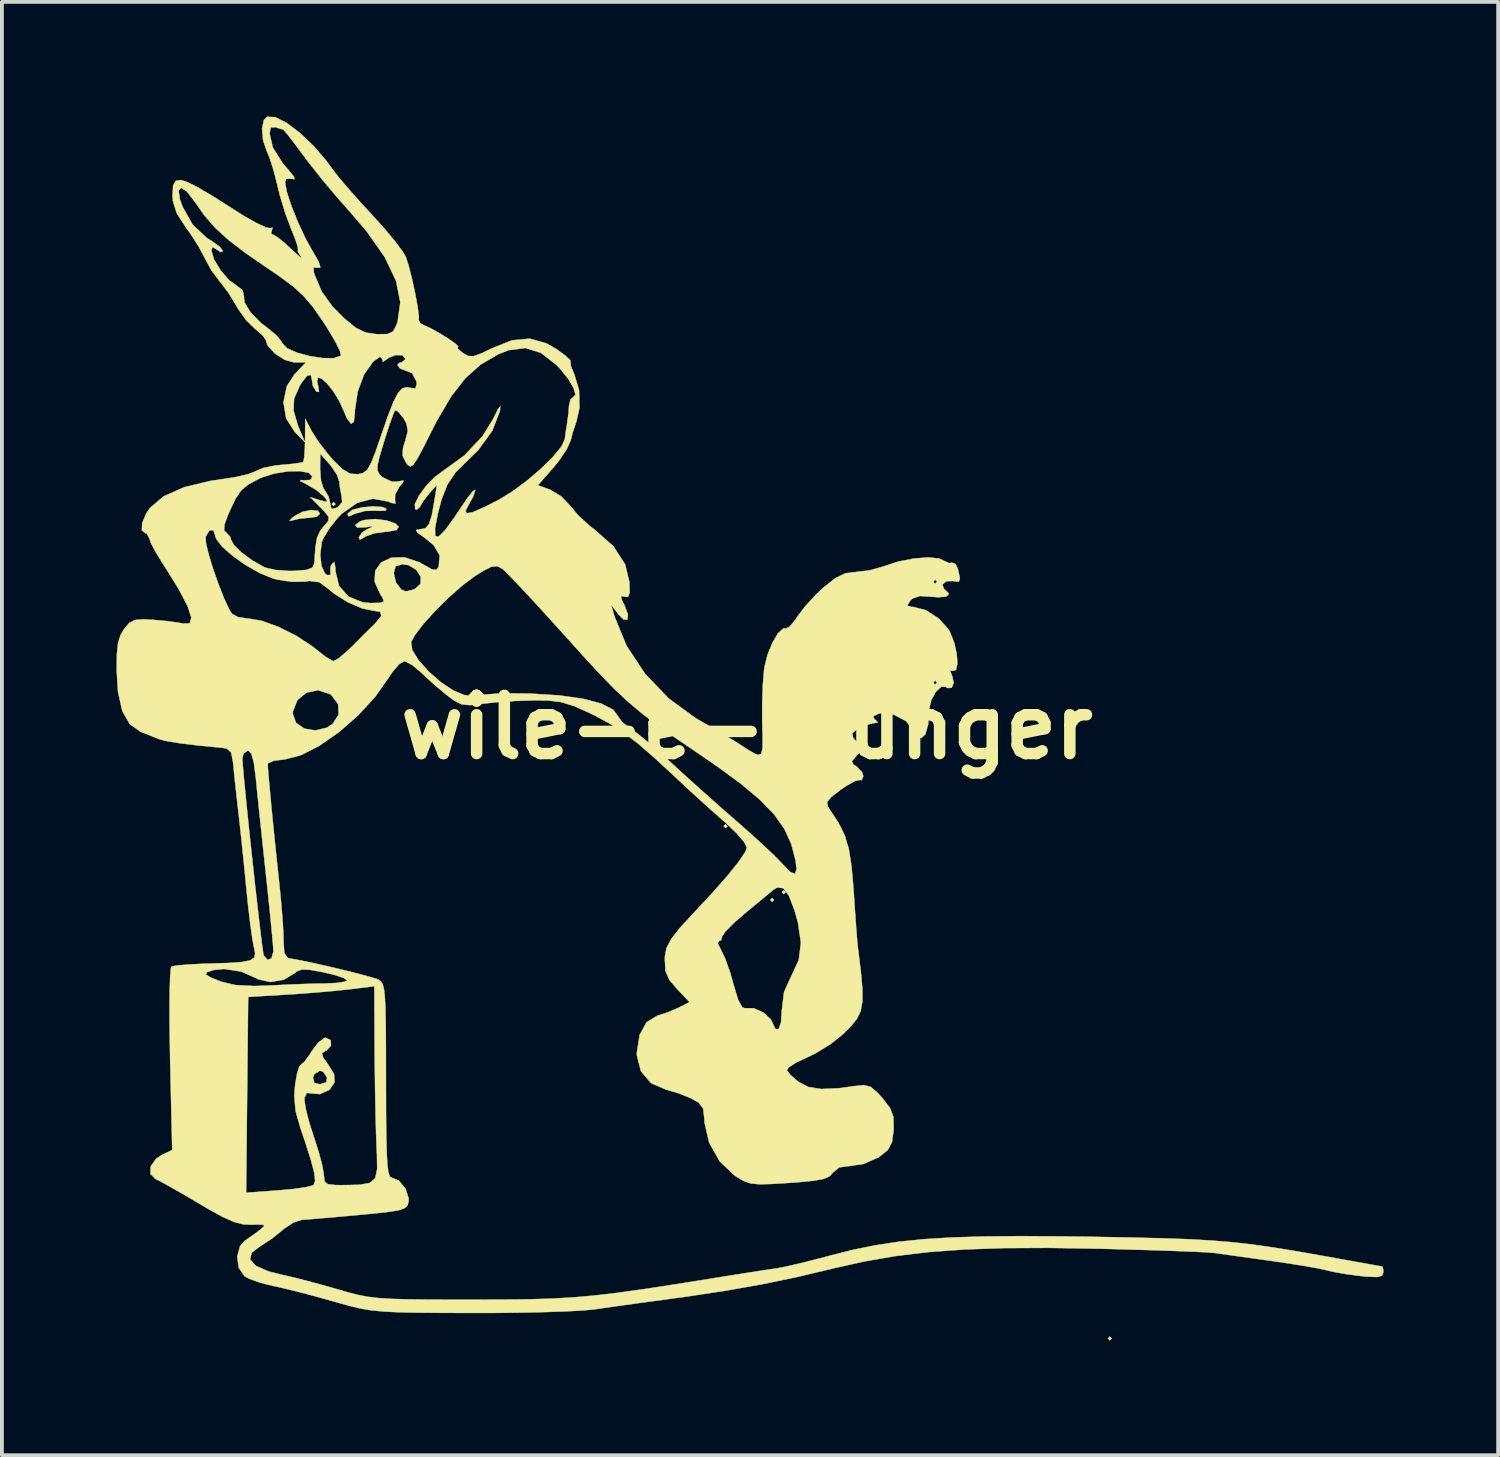
<source format=kicad_pcb>
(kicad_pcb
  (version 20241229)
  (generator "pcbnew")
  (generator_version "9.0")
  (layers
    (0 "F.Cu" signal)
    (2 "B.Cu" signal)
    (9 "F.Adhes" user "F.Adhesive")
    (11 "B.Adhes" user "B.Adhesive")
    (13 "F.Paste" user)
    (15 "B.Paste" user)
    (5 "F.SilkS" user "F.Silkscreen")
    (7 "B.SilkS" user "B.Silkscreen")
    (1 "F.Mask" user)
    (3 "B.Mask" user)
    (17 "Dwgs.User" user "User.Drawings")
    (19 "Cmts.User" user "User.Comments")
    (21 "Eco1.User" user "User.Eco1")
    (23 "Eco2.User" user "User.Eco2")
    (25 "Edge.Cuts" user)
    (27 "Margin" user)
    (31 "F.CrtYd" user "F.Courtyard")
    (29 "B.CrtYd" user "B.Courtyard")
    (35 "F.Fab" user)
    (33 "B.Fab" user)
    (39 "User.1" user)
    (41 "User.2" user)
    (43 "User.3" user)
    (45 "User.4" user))
  (footprint "wile-e-plunger"
    (layer "F.Cu")
    (at 16.503 15.988)
    (property "Reference" "wile-e-plunger" (at 0 0 0) (layer "F.SilkS") (effects (font (size 1.524 1.524) (thickness 0.3))))
    (attr through_hole)
    (fp_poly (pts (xy -10.77 -5.842) (xy -10.82 -5.791) (xy -10.871 -5.842) (xy -10.82 -5.893) (xy -10.77 -5.842)) (stroke (width 0.01) (type solid)) (fill yes) (layer "F.SilkS"))
    (fp_poly (pts (xy -0.508 2.591) (xy -0.559 2.642) (xy -0.61 2.591) (xy -0.559 2.54) (xy -0.508 2.591)) (stroke (width 0.01) (type solid)) (fill yes) (layer "F.SilkS"))
    (fp_poly (pts (xy 0.711 4.521) (xy 0.66 4.572) (xy 0.61 4.521) (xy 0.66 4.47) (xy 0.711 4.521)) (stroke (width 0.01) (type solid)) (fill yes) (layer "F.SilkS"))
    (fp_poly (pts (xy 1.016 4.318) (xy 0.965 4.369) (xy 0.914 4.318) (xy 0.965 4.267) (xy 1.016 4.318)) (stroke (width 0.01) (type solid)) (fill yes) (layer "F.SilkS"))
    (fp_poly (pts (xy 9.55 16.002) (xy 9.5 16.053) (xy 9.449 16.002) (xy 9.5 15.951) (xy 9.55 16.002)) (stroke (width 0.01) (type solid)) (fill yes) (layer "F.SilkS"))
    (fp_poly (pts (xy -11.229 -5.663) (xy -11.176 -5.588) (xy -11.263 -5.511) (xy -11.422 -5.486) (xy -11.699 -5.462) (xy -11.853 -5.427) (xy -11.974 -5.397) (xy -11.938 -5.449) (xy -11.842 -5.529) (xy -11.635 -5.64) (xy -11.406 -5.686) (xy -11.229 -5.663)) (stroke (width 0.01) (type solid)) (fill yes) (layer "F.SilkS"))
    (fp_poly (pts (xy -9.549 -5.765) (xy -9.435 -5.717) (xy -9.461 -5.668) (xy -9.64 -5.664) (xy -9.691 -5.669) (xy -10.001 -5.662) (xy -10.262 -5.588) (xy -10.262 -5.588) (xy -10.423 -5.518) (xy -10.454 -5.565) (xy -10.443 -5.604) (xy -10.323 -5.692) (xy -10.08 -5.754) (xy -9.796 -5.782) (xy -9.549 -5.765)) (stroke (width 0.01) (type solid)) (fill yes) (layer "F.SilkS"))
    (fp_poly (pts (xy -9.437 -5.414) (xy -9.202 -5.332) (xy -9.113 -5.246) (xy -9.172 -5.163) (xy -9.408 -5.118) (xy -9.465 -5.115) (xy -9.762 -5.075) (xy -9.985 -4.994) (xy -10.011 -4.976) (xy -10.133 -4.907) (xy -10.16 -4.969) (xy -10.077 -5.096) (xy -9.931 -5.187) (xy -9.79 -5.254) (xy -9.828 -5.261) (xy -9.982 -5.233) (xy -10.202 -5.227) (xy -10.252 -5.296) (xy -10.124 -5.39) (xy -10.018 -5.424) (xy -9.735 -5.45) (xy -9.437 -5.414)) (stroke (width 0.01) (type solid)) (fill yes) (layer "F.SilkS"))
    (fp_poly (pts (xy -12.341 -15.968) (xy -12.04 -15.815) (xy -11.691 -15.55) (xy -11.328 -15.202) (xy -10.986 -14.798) (xy -10.865 -14.63) (xy -10.695 -14.409) (xy -10.424 -14.089) (xy -10.094 -13.718) (xy -9.826 -13.428) (xy -9.496 -13.062) (xy -9.213 -12.723) (xy -9.011 -12.453) (xy -8.928 -12.311) (xy -8.847 -12.054) (xy -8.761 -11.712) (xy -8.681 -11.342) (xy -8.619 -11.003) (xy -8.587 -10.754) (xy -8.592 -10.657) (xy -8.548 -10.573) (xy -8.457 -10.526) (xy -8.267 -10.439) (xy -8.03 -10.306) (xy -7.798 -10.161) (xy -7.623 -10.036) (xy -7.555 -9.965) (xy -7.566 -9.958) (xy -7.57 -9.91) (xy -7.443 -9.801) (xy -7.302 -9.721) (xy -7.158 -9.713) (xy -6.95 -9.787) (xy -6.685 -9.916) (xy -6.15 -10.129) (xy -5.685 -10.173) (xy -5.245 -10.048) (xy -4.995 -9.905) (xy -4.761 -9.736) (xy -4.629 -9.611) (xy -4.617 -9.573) (xy -4.609 -9.46) (xy -4.524 -9.251) (xy -4.517 -9.238) (xy -4.394 -8.827) (xy -4.382 -8.361) (xy -4.463 -8.006) (xy -4.561 -7.713) (xy -4.613 -7.51) (xy -4.71 -7.291) (xy -4.901 -7.001) (xy -5.071 -6.791) (xy -5.472 -6.335) (xy -5.149 -6.217) (xy -4.865 -6.047) (xy -4.628 -5.8) (xy -4.623 -5.793) (xy -4.415 -5.546) (xy -4.125 -5.28) (xy -3.993 -5.179) (xy -3.491 -4.734) (xy -3.186 -4.26) (xy -3.074 -3.789) (xy -3.069 -3.52) (xy -3.112 -3.411) (xy -3.199 -3.417) (xy -3.293 -3.436) (xy -3.283 -3.352) (xy -3.205 -3.193) (xy -3.113 -2.947) (xy -3.129 -2.813) (xy -3.231 -2.823) (xy -3.365 -2.958) (xy -3.551 -3.2) (xy -3.465 -2.896) (xy -3.149 -2.129) (xy -2.666 -1.401) (xy -2.05 -0.755) (xy -1.336 -0.234) (xy -1.274 -0.198) (xy -0.89 0.024) (xy -0.535 0.233) (xy -0.278 0.39) (xy -0.254 0.406) (xy 0.066 0.614) (xy 0.266 0.722) (xy 0.371 0.707) (xy 0.411 0.548) (xy 0.41 0.223) (xy 0.401 -0.119) (xy 0.4 -0.611) (xy 0.416 -1.092) (xy 0.422 -1.168) (xy 4.877 -1.168) (xy 4.928 -1.118) (xy 4.978 -1.168) (xy 4.928 -1.219) (xy 4.877 -1.168) (xy 0.422 -1.168) (xy 0.447 -1.48) (xy 0.459 -1.575) (xy 0.543 -1.908) (xy 0.672 -2.22) (xy 0.818 -2.463) (xy 0.956 -2.588) (xy 1.023 -2.586) (xy 1.119 -2.634) (xy 1.264 -2.809) (xy 1.319 -2.892) (xy 1.521 -3.16) (xy 1.806 -3.47) (xy 2.002 -3.655) (xy 2.199 -3.81) (xy 4.877 -3.81) (xy 4.928 -3.759) (xy 4.978 -3.81) (xy 4.928 -3.861) (xy 4.877 -3.81) (xy 2.199 -3.81) (xy 2.32 -3.906) (xy 2.581 -4.031) (xy 2.847 -4.064) (xy 3.216 -4.107) (xy 3.574 -4.209) (xy 3.577 -4.211) (xy 3.961 -4.336) (xy 4.372 -4.417) (xy 4.75 -4.446) (xy 5.032 -4.417) (xy 5.126 -4.373) (xy 5.293 -4.296) (xy 5.369 -4.308) (xy 5.463 -4.272) (xy 5.524 -4.139) (xy 5.577 -3.902) (xy 5.549 -3.811) (xy 5.42 -3.822) (xy 5.396 -3.828) (xy 5.219 -3.822) (xy 5.12 -3.736) (xy 5.155 -3.626) (xy 5.18 -3.608) (xy 5.291 -3.495) (xy 5.224 -3.421) (xy 5.005 -3.402) (xy 4.847 -3.416) (xy 4.528 -3.435) (xy 4.337 -3.371) (xy 4.276 -3.313) (xy 4.199 -3.187) (xy 4.292 -3.151) (xy 4.348 -3.15) (xy 4.683 -3.066) (xy 5.02 -2.85) (xy 5.281 -2.557) (xy 5.317 -2.494) (xy 5.428 -2.212) (xy 5.493 -1.919) (xy 5.51 -1.664) (xy 5.474 -1.499) (xy 5.383 -1.475) (xy 5.375 -1.479) (xy 5.314 -1.486) (xy 5.372 -1.346) (xy 5.375 -1.339) (xy 5.415 -1.158) (xy 5.36 -1.032) (xy 5.247 -1.026) (xy 5.208 -1.057) (xy 5.091 -1.063) (xy 4.951 -0.933) (xy 4.832 -0.723) (xy 4.775 -0.491) (xy 4.774 -0.467) (xy 4.745 -0.069) (xy 4.67 0.188) (xy 4.564 0.286) (xy 4.438 0.209) (xy 4.36 0.073) (xy 4.161 -0.163) (xy 3.857 -0.324) (xy 3.541 -0.371) (xy 3.443 -0.352) (xy 3.301 -0.283) (xy 3.344 -0.207) (xy 3.365 -0.194) (xy 3.431 -0.125) (xy 3.31 -0.103) (xy 3.296 -0.103) (xy 3.045 -0.043) (xy 2.891 0.042) (xy 2.758 0.161) (xy 2.78 0.271) (xy 2.869 0.378) (xy 2.986 0.533) (xy 2.957 0.65) (xy 2.868 0.748) (xy 2.75 0.888) (xy 2.781 0.971) (xy 2.87 1.027) (xy 3.018 1.179) (xy 3.048 1.281) (xy 3.004 1.387) (xy 2.962 1.381) (xy 2.838 1.406) (xy 2.615 1.528) (xy 2.449 1.641) (xy 2.205 1.83) (xy 2.101 1.954) (xy 2.112 2.065) (xy 2.18 2.171) (xy 2.403 2.508) (xy 2.561 2.828) (xy 2.668 3.186) (xy 2.739 3.634) (xy 2.791 4.226) (xy 2.797 4.318) (xy 2.83 4.813) (xy 2.861 5.248) (xy 2.886 5.574) (xy 2.902 5.74) (xy 2.98 6.369) (xy 3.023 6.835) (xy 3.024 7.176) (xy 2.979 7.43) (xy 2.879 7.637) (xy 2.72 7.833) (xy 2.533 8.021) (xy 2.193 8.294) (xy 1.78 8.547) (xy 1.569 8.647) (xy 1.279 8.785) (xy 1.09 8.909) (xy 1.046 8.98) (xy 1.145 9.106) (xy 1.338 9.274) (xy 1.353 9.285) (xy 1.611 9.418) (xy 1.95 9.471) (xy 2.411 9.45) (xy 2.801 9.396) (xy 3.063 9.369) (xy 3.244 9.417) (xy 3.426 9.574) (xy 3.543 9.703) (xy 3.748 9.969) (xy 3.836 10.204) (xy 3.843 10.512) (xy 3.841 10.547) (xy 3.798 10.863) (xy 3.691 11.065) (xy 3.472 11.244) (xy 3.465 11.249) (xy 3.057 11.433) (xy 2.732 11.481) (xy 2.416 11.523) (xy 2.248 11.661) (xy 2.243 11.669) (xy 2.163 11.759) (xy 2.012 11.824) (xy 1.75 11.872) (xy 1.34 11.912) (xy 1.11 11.929) (xy 0.639 11.958) (xy 0.318 11.965) (xy 0.096 11.942) (xy -0.078 11.882) (xy -0.257 11.778) (xy -0.325 11.734) (xy -0.713 11.365) (xy -0.988 10.877) (xy -1.112 10.341) (xy -1.115 10.248) (xy -1.144 9.985) (xy -1.266 9.825) (xy -1.465 9.713) (xy -1.791 9.582) (xy -2.105 9.49) (xy -2.118 9.487) (xy -2.511 9.316) (xy -2.775 9.004) (xy -2.881 8.59) (xy -2.881 8.52) (xy -2.808 8.052) (xy -2.626 7.721) (xy -2.348 7.553) (xy -2.344 7.552) (xy -2.056 7.458) (xy -1.792 7.343) (xy -1.501 7.196) (xy -1.809 6.875) (xy -2.03 6.615) (xy -2.131 6.384) (xy -2.149 6.081) (xy -2.146 5.99) (xy -2.103 5.775) (xy -2.038 5.654) (xy -0.766 5.654) (xy -0.675 5.833) (xy -0.567 6.06) (xy -0.444 6.405) (xy -0.348 6.741) (xy -0.231 7.131) (xy -0.124 7.331) (xy -0.058 7.355) (xy 0.176 7.355) (xy 0.436 7.47) (xy 0.627 7.649) (xy 0.659 7.716) (xy 0.749 7.902) (xy 0.832 7.901) (xy 0.892 7.732) (xy 0.914 7.415) (xy 0.972 6.931) (xy 1.167 6.505) (xy 1.168 6.502) (xy 1.359 6.09) (xy 1.414 5.64) (xy 1.335 5.106) (xy 1.248 4.798) (xy 1.1 4.411) (xy 0.953 4.215) (xy 0.793 4.195) (xy 0.691 4.258) (xy 0.553 4.372) (xy 0.306 4.576) (xy -0.001 4.83) (xy -0.074 4.89) (xy -0.36 5.142) (xy -0.565 5.351) (xy -0.653 5.482) (xy -0.652 5.5) (xy -0.675 5.581) (xy -0.717 5.588) (xy -0.766 5.654) (xy -2.038 5.654) (xy -1.977 5.538) (xy -1.743 5.241) (xy -1.422 4.892) (xy -0.926 4.361) (xy -0.521 3.902) (xy -0.223 3.532) (xy -0.045 3.269) (xy 0 3.149) (xy -0.073 3.005) (xy -0.265 2.78) (xy -0.538 2.518) (xy -0.58 2.481) (xy -0.93 2.173) (xy -1.351 1.792) (xy -1.767 1.407) (xy -1.881 1.3) (xy -2.409 0.811) (xy -2.838 0.438) (xy -3.211 0.151) (xy -3.568 -0.081) (xy -3.952 -0.29) (xy -4.112 -0.369) (xy -4.521 -0.553) (xy -4.852 -0.656) (xy -5.198 -0.699) (xy -5.585 -0.704) (xy -6.061 -0.688) (xy -6.548 -0.655) (xy -6.909 -0.616) (xy -7.244 -0.578) (xy -7.467 -0.599) (xy -7.667 -0.699) (xy -7.852 -0.838) (xy -8.162 -1.095) (xy -8.46 -1.366) (xy -8.53 -1.434) (xy -8.751 -1.62) (xy -8.938 -1.721) (xy -8.974 -1.727) (xy -9.11 -1.646) (xy -9.285 -1.439) (xy -9.379 -1.295) (xy -9.732 -0.795) (xy -10.177 -0.311) (xy -10.676 0.126) (xy -11.189 0.484) (xy -11.677 0.733) (xy -12.099 0.843) (xy -12.128 0.845) (xy -12.387 0.878) (xy -12.533 0.94) (xy -12.545 0.965) (xy -12.533 1.155) (xy -12.502 1.507) (xy -12.458 1.978) (xy -12.405 2.527) (xy -12.345 3.115) (xy -12.284 3.699) (xy -12.25 4.013) (xy -12.198 4.532) (xy -12.157 5.015) (xy -12.133 5.405) (xy -12.129 5.628) (xy -12.109 5.917) (xy -12.018 6.04) (xy -11.989 6.048) (xy -11.668 6.107) (xy -11.256 6.194) (xy -10.805 6.297) (xy -10.364 6.404) (xy -9.987 6.502) (xy -9.724 6.578) (xy -9.64 6.611) (xy -9.581 6.653) (xy -9.535 6.727) (xy -9.501 6.856) (xy -9.478 7.064) (xy -9.463 7.376) (xy -9.454 7.816) (xy -9.45 8.408) (xy -9.449 9.178) (xy -9.449 9.249) (xy -9.447 10.055) (xy -9.441 10.679) (xy -9.429 11.14) (xy -9.41 11.461) (xy -9.384 11.662) (xy -9.349 11.763) (xy -9.312 11.786) (xy -9.108 11.873) (xy -8.936 12.083) (xy -8.854 12.335) (xy -8.856 12.412) (xy -8.881 12.511) (xy -8.944 12.583) (xy -9.079 12.636) (xy -9.321 12.68) (xy -9.703 12.724) (xy -10.16 12.768) (xy -10.666 12.814) (xy -11.115 12.853) (xy -11.459 12.882) (xy -11.65 12.895) (xy -11.653 12.895) (xy -11.874 12.967) (xy -12.125 13.135) (xy -12.161 13.167) (xy -12.435 13.389) (xy -12.71 13.568) (xy -12.725 13.576) (xy -12.964 13.755) (xy -13.006 13.931) (xy -12.859 14.098) (xy -12.528 14.244) (xy -12.184 14.331) (xy -11.827 14.413) (xy -11.361 14.534) (xy -10.868 14.671) (xy -10.719 14.714) (xy -10.431 14.798) (xy -10.177 14.862) (xy -9.925 14.91) (xy -9.643 14.943) (xy -9.3 14.965) (xy -8.862 14.978) (xy -8.3 14.984) (xy -7.579 14.986) (xy -7.214 14.986) (xy -6.388 14.984) (xy -5.694 14.976) (xy -5.089 14.957) (xy -4.529 14.925) (xy -3.973 14.875) (xy -3.377 14.805) (xy -2.698 14.71) (xy -1.895 14.587) (xy -1.168 14.471) (xy -0.59 14.378) (xy -0.059 14.294) (xy 0.382 14.225) (xy 0.691 14.179) (xy 0.791 14.164) (xy 1.025 14.119) (xy 1.399 14.033) (xy 1.855 13.918) (xy 2.23 13.819) (xy 2.798 13.676) (xy 3.368 13.561) (xy 3.967 13.47) (xy 4.62 13.403) (xy 5.354 13.357) (xy 6.196 13.331) (xy 7.171 13.322) (xy 8.307 13.33) (xy 9.092 13.341) (xy 10.07 13.359) (xy 10.882 13.379) (xy 11.567 13.403) (xy 12.163 13.437) (xy 12.708 13.482) (xy 13.239 13.542) (xy 13.795 13.621) (xy 14.414 13.722) (xy 15.133 13.849) (xy 15.494 13.914) (xy 15.943 13.995) (xy 16.311 14.061) (xy 16.556 14.105) (xy 16.637 14.119) (xy 16.66 14.205) (xy 16.662 14.276) (xy 16.627 14.36) (xy 16.494 14.393) (xy 16.219 14.382) (xy 16.078 14.368) (xy 15.694 14.318) (xy 15.344 14.256) (xy 15.189 14.219) (xy 14.967 14.169) (xy 14.597 14.103) (xy 14.135 14.03) (xy 13.716 13.969) (xy 13.219 13.9) (xy 12.769 13.838) (xy 12.419 13.788) (xy 12.243 13.763) (xy 12.061 13.748) (xy 11.707 13.731) (xy 11.211 13.711) (xy 10.603 13.69) (xy 9.914 13.67) (xy 9.246 13.652) (xy 7.9 13.63) (xy 6.724 13.636) (xy 5.686 13.672) (xy 4.754 13.74) (xy 3.896 13.843) (xy 3.081 13.984) (xy 2.277 14.163) (xy 2.235 14.174) (xy 1.299 14.396) (xy 0.39 14.584) (xy -0.559 14.752) (xy -1.613 14.911) (xy -2.184 14.988) (xy -2.728 15.061) (xy -3.281 15.138) (xy -3.762 15.206) (xy -3.982 15.239) (xy -4.275 15.267) (xy -4.734 15.292) (xy -5.321 15.312) (xy -5.999 15.326) (xy -6.731 15.334) (xy -7.233 15.334) (xy -8.025 15.331) (xy -8.647 15.326) (xy -9.132 15.315) (xy -9.512 15.296) (xy -9.82 15.266) (xy -10.089 15.223) (xy -10.352 15.162) (xy -10.642 15.083) (xy -10.82 15.032) (xy -11.32 14.892) (xy -11.817 14.762) (xy -12.235 14.662) (xy -12.395 14.628) (xy -12.745 14.541) (xy -13.035 14.436) (xy -13.149 14.374) (xy -13.303 14.151) (xy -13.343 13.858) (xy -13.269 13.583) (xy -13.149 13.448) (xy -12.906 13.277) (xy -12.751 13.161) (xy -12.638 13.063) (xy -12.661 13.022) (xy -12.849 13.019) (xy -12.964 13.024) (xy -13.188 13.014) (xy -13.426 12.952) (xy -13.723 12.82) (xy -14.123 12.599) (xy -14.342 12.469) (xy -14.75 12.229) (xy -14.825 12.186) (xy -13.11 12.186) (xy -12.27 12.125) (xy -11.871 12.088) (xy -11.551 12.042) (xy -11.363 11.995) (xy -11.34 11.982) (xy -11.304 11.876) (xy -11.328 11.661) (xy -11.418 11.315) (xy -11.579 10.815) (xy -11.681 10.516) (xy -11.814 10.054) (xy -11.85 9.652) (xy -11.828 9.373) (xy -11.794 9.169) (xy -11.36 9.169) (xy -11.325 9.313) (xy -11.176 9.347) (xy -11.009 9.296) (xy -10.992 9.169) (xy -11.092 9.018) (xy -11.176 8.992) (xy -11.319 9.076) (xy -11.36 9.169) (xy -11.794 9.169) (xy -11.778 9.075) (xy -11.719 8.881) (xy -11.682 8.839) (xy -11.585 8.76) (xy -11.441 8.562) (xy -11.393 8.484) (xy -11.224 8.258) (xy -11.064 8.136) (xy -11.027 8.128) (xy -10.895 8.194) (xy -10.887 8.333) (xy -11.002 8.459) (xy -11.031 8.472) (xy -11.124 8.535) (xy -11.094 8.646) (xy -10.98 8.802) (xy -10.806 9.081) (xy -10.795 9.299) (xy -10.929 9.492) (xy -11.176 9.605) (xy -11.336 9.59) (xy -11.519 9.574) (xy -11.579 9.688) (xy -11.582 9.776) (xy -11.549 9.991) (xy -11.463 10.327) (xy -11.341 10.715) (xy -11.328 10.75) (xy -11.204 11.14) (xy -11.113 11.487) (xy -11.075 11.72) (xy -11.074 11.733) (xy -11.057 11.888) (xy -10.97 11.963) (xy -10.759 11.986) (xy -10.592 11.987) (xy -10.15 11.979) (xy -9.874 11.931) (xy -9.73 11.806) (xy -9.679 11.564) (xy -9.686 11.167) (xy -9.693 11.037) (xy -9.708 10.643) (xy -9.722 10.104) (xy -9.734 9.478) (xy -9.742 8.823) (xy -9.745 8.496) (xy -9.754 6.781) (xy -10.389 6.859) (xy -10.783 6.901) (xy -11.292 6.946) (xy -11.83 6.986) (xy -12.04 6.999) (xy -13.056 7.061) (xy -13.083 9.624) (xy -13.11 12.186) (xy -14.825 12.186) (xy -15.108 12.025) (xy -15.37 11.881) (xy -15.48 11.828) (xy -15.616 11.694) (xy -15.608 11.497) (xy -15.469 11.298) (xy -15.321 11.199) (xy -15.045 11.067) (xy -15.1 8.694) (xy -15.111 8.02) (xy -15.115 7.416) (xy -15.111 6.911) (xy -15.099 6.533) (xy -15.094 6.475) (xy -14.165 6.475) (xy -14.022 6.558) (xy -13.749 6.666) (xy -13.388 6.75) (xy -12.896 6.775) (xy -12.497 6.761) (xy -12.003 6.737) (xy -11.501 6.718) (xy -11.089 6.709) (xy -11.049 6.709) (xy -10.735 6.694) (xy -10.523 6.66) (xy -10.465 6.624) (xy -10.556 6.563) (xy -10.793 6.485) (xy -11.077 6.417) (xy -11.431 6.352) (xy -11.647 6.343) (xy -11.781 6.39) (xy -11.838 6.439) (xy -12.125 6.611) (xy -12.475 6.669) (xy -12.79 6.6) (xy -12.833 6.576) (xy -13.239 6.396) (xy -13.687 6.328) (xy -13.962 6.357) (xy -14.14 6.415) (xy -14.165 6.475) (xy -15.094 6.475) (xy -15.08 6.312) (xy -15.066 6.266) (xy -14.929 6.238) (xy -14.643 6.213) (xy -14.263 6.193) (xy -14.138 6.189) (xy -13.597 6.172) (xy -13.23 6.147) (xy -13.007 6.104) (xy -12.898 6.033) (xy -12.874 5.923) (xy -12.904 5.763) (xy -12.906 5.756) (xy -12.948 5.529) (xy -13.001 5.153) (xy -13.057 4.682) (xy -13.105 4.216) (xy -13.162 3.629) (xy -13.226 3.011) (xy -13.286 2.449) (xy -13.322 2.134) (xy -13.373 1.685) (xy -13.418 1.27) (xy -13.448 0.964) (xy -13.453 0.914) (xy -13.472 0.816) (xy -13.208 0.816) (xy -13.197 0.992) (xy -13.168 1.328) (xy -13.123 1.789) (xy -13.067 2.342) (xy -13.003 2.953) (xy -12.935 3.586) (xy -12.867 4.209) (xy -12.801 4.787) (xy -12.743 5.286) (xy -12.696 5.672) (xy -12.662 5.91) (xy -12.651 5.969) (xy -12.55 6.091) (xy -12.444 6.048) (xy -12.396 5.867) (xy -12.407 5.694) (xy -12.437 5.357) (xy -12.482 4.894) (xy -12.539 4.343) (xy -12.591 3.861) (xy -12.66 3.217) (xy -12.727 2.583) (xy -12.787 2.011) (xy -12.834 1.555) (xy -12.854 1.346) (xy -12.907 0.929) (xy -12.972 0.692) (xy -13.057 0.61) (xy -13.066 0.61) (xy -13.181 0.694) (xy -13.208 0.816) (xy -13.472 0.816) (xy -13.5 0.666) (xy -13.613 0.56) (xy -13.727 0.539) (xy -14.342 0.481) (xy -14.853 0.418) (xy -15.223 0.356) (xy -15.392 0.31) (xy -15.644 0.209) (xy -15.87 0.119) (xy -16.156 -0.081) (xy -16.312 -0.353) (xy -11.887 -0.353) (xy -11.802 -0.115) (xy -11.586 0.036) (xy -11.299 0.084) (xy -10.998 0.013) (xy -10.846 -0.085) (xy -10.688 -0.33) (xy -10.702 -0.606) (xy -10.882 -0.845) (xy -10.917 -0.87) (xy -11.225 -0.969) (xy -11.529 -0.905) (xy -11.768 -0.71) (xy -11.884 -0.416) (xy -11.887 -0.353) (xy -16.312 -0.353) (xy -16.352 -0.424) (xy -16.464 -0.927) (xy -16.498 -1.468) (xy -16.494 -1.914) (xy -16.462 -2.217) (xy -16.39 -2.432) (xy -16.307 -2.568) (xy -16.171 -2.73) (xy -16.021 -2.808) (xy -15.787 -2.824) (xy -15.545 -2.811) (xy -15.185 -2.779) (xy -14.878 -2.737) (xy -14.757 -2.713) (xy -14.584 -2.721) (xy -14.545 -2.871) (xy -14.64 -3.166) (xy -14.87 -3.607) (xy -15.235 -4.197) (xy -15.28 -4.265) (xy -15.469 -4.57) (xy -15.601 -4.82) (xy -15.646 -4.951) (xy -15.665 -4.985) (xy -14.171 -4.985) (xy -14.16 -4.817) (xy -14.088 -4.517) (xy -13.972 -4.139) (xy -13.831 -3.738) (xy -13.684 -3.366) (xy -13.549 -3.08) (xy -13.482 -2.972) (xy -13.322 -2.884) (xy -13.063 -2.845) (xy -13.046 -2.845) (xy -12.692 -2.784) (xy -12.251 -2.622) (xy -11.79 -2.39) (xy -11.376 -2.118) (xy -11.269 -2.032) (xy -11.038 -1.851) (xy -10.861 -1.744) (xy -10.82 -1.732) (xy -10.698 -1.797) (xy -10.49 -1.969) (xy -10.312 -2.139) (xy -10.226 -2.226) (xy -8.791 -2.226) (xy -8.761 -2.023) (xy -8.596 -1.755) (xy -8.336 -1.463) (xy -8.022 -1.187) (xy -7.693 -0.966) (xy -7.413 -0.847) (xy -7.147 -0.798) (xy -6.975 -0.809) (xy -6.951 -0.826) (xy -6.834 -0.858) (xy -6.556 -0.878) (xy -6.156 -0.886) (xy -5.678 -0.88) (xy -5.658 -0.88) (xy -4.904 -0.833) (xy -4.281 -0.744) (xy -3.806 -0.617) (xy -3.498 -0.457) (xy -3.381 -0.297) (xy -3.269 -0.137) (xy -3.057 0.03) (xy -3.048 0.034) (xy -2.848 0.178) (xy -2.551 0.422) (xy -2.205 0.725) (xy -2.014 0.9) (xy -1.619 1.263) (xy -1.138 1.696) (xy -0.641 2.137) (xy -0.307 2.428) (xy 0.09 2.778) (xy 0.453 3.109) (xy 0.742 3.383) (xy 0.912 3.56) (xy 1.135 3.788) (xy 1.262 3.839) (xy 1.301 3.71) (xy 1.273 3.485) (xy 1.162 3.059) (xy 0.985 2.669) (xy 0.721 2.292) (xy 0.35 1.906) (xy -0.15 1.486) (xy -0.799 1.011) (xy -1.223 0.72) (xy -1.833 0.305) (xy -2.325 -0.041) (xy -2.737 -0.352) (xy -3.104 -0.66) (xy -3.462 -0.995) (xy -3.848 -1.39) (xy -4.298 -1.878) (xy -4.794 -2.429) (xy -5.231 -2.912) (xy -5.631 -3.349) (xy -5.974 -3.716) (xy -6.234 -3.986) (xy -6.388 -4.136) (xy -6.408 -4.152) (xy -6.538 -4.217) (xy -6.684 -4.203) (xy -6.902 -4.093) (xy -7.108 -3.965) (xy -7.433 -3.724) (xy -7.795 -3.406) (xy -8.153 -3.052) (xy -8.467 -2.705) (xy -8.696 -2.406) (xy -8.791 -2.226) (xy -10.226 -2.226) (xy -10.052 -2.401) (xy -9.825 -2.626) (xy -9.728 -2.72) (xy -9.571 -2.913) (xy -9.597 -3.02) (xy -9.764 -3.048) (xy -10.073 -3.111) (xy -10.447 -3.273) (xy -10.804 -3.495) (xy -10.967 -3.631) (xy -11.193 -3.797) (xy -11.445 -3.829) (xy -11.576 -3.812) (xy -11.913 -3.806) (xy -12.305 -3.867) (xy -12.415 -3.896) (xy -12.754 -4.036) (xy -13.118 -4.243) (xy -13.46 -4.484) (xy -13.734 -4.724) (xy -13.893 -4.929) (xy -13.915 -5.004) (xy -13.963 -5.148) (xy -13.687 -5.148) (xy -13.638 -5.105) (xy -13.522 -4.981) (xy -13.513 -4.924) (xy -13.432 -4.774) (xy -13.226 -4.573) (xy -12.95 -4.368) (xy -12.658 -4.202) (xy -12.595 -4.175) (xy -12.343 -4.118) (xy -11.997 -4.092) (xy -11.838 -4.093) (xy -11.531 -4.119) (xy -11.376 -4.176) (xy -11.324 -4.286) (xy -11.322 -4.318) (xy -11.309 -4.517) (xy -11.169 -4.517) (xy -11.136 -4.22) (xy -11.042 -4.021) (xy -10.984 -3.982) (xy -10.891 -3.989) (xy -10.901 -4.03) (xy -10.904 -4.187) (xy -10.866 -4.272) (xy -10.802 -4.321) (xy -10.774 -4.189) (xy -10.771 -4.085) (xy -10.679 -3.702) (xy -10.43 -3.42) (xy -10.056 -3.269) (xy -9.854 -3.251) (xy -9.594 -3.257) (xy -9.502 -3.296) (xy -9.542 -3.399) (xy -9.595 -3.477) (xy -9.747 -3.813) (xy -9.733 -4.034) (xy -9.246 -4.034) (xy -9.187 -3.788) (xy -9.049 -3.605) (xy -8.929 -3.556) (xy -8.779 -3.589) (xy -8.695 -3.618) (xy -8.544 -3.751) (xy -8.539 -3.937) (xy -8.653 -4.12) (xy -8.859 -4.244) (xy -9.012 -4.267) (xy -9.196 -4.215) (xy -9.246 -4.034) (xy -9.733 -4.034) (xy -9.729 -4.1) (xy -9.572 -4.316) (xy -9.307 -4.439) (xy -8.967 -4.448) (xy -8.582 -4.322) (xy -8.47 -4.259) (xy -8.244 -4.133) (xy -8.127 -4.119) (xy -8.069 -4.202) (xy -8.042 -4.499) (xy -8.206 -4.773) (xy -8.423 -4.949) (xy -8.624 -5.095) (xy -8.663 -5.164) (xy -8.556 -5.182) (xy -8.417 -5.209) (xy -8.322 -5.317) (xy -8.249 -5.546) (xy -8.179 -5.936) (xy -8.178 -5.944) (xy -8.115 -6.35) (xy -8.317 -6.12) (xy -8.478 -5.913) (xy -8.563 -5.764) (xy -8.648 -5.692) (xy -8.684 -5.71) (xy -8.693 -5.841) (xy -8.588 -6.058) (xy -8.405 -6.308) (xy -8.183 -6.54) (xy -7.995 -6.681) (xy -7.397 -7.114) (xy -6.918 -7.623) (xy -6.639 -8.077) (xy -6.513 -8.332) (xy -6.456 -8.402) (xy -6.464 -8.29) (xy -6.466 -8.28) (xy -6.665 -7.761) (xy -7.034 -7.253) (xy -7.307 -6.987) (xy -7.622 -6.678) (xy -7.838 -6.358) (xy -7.996 -5.955) (xy -8.091 -5.592) (xy -8.164 -5.21) (xy -8.16 -5.008) (xy -8.076 -4.987) (xy -7.91 -5.147) (xy -7.659 -5.49) (xy -7.508 -5.718) (xy -7.318 -5.997) (xy -7.177 -6.175) (xy -7.113 -6.218) (xy -7.112 -6.21) (xy -7.164 -6.042) (xy -7.276 -5.838) (xy -7.365 -5.669) (xy -7.334 -5.6) (xy -7.172 -5.632) (xy -6.862 -5.768) (xy -6.497 -5.953) (xy -6.136 -6.174) (xy -5.753 -6.459) (xy -5.386 -6.773) (xy -5.074 -7.081) (xy -4.855 -7.347) (xy -4.767 -7.537) (xy -4.767 -7.538) (xy -4.742 -7.738) (xy -4.711 -7.925) (xy -4.67 -8.224) (xy -4.658 -8.407) (xy -4.616 -8.586) (xy -4.554 -8.636) (xy -4.487 -8.704) (xy -4.536 -8.881) (xy -4.681 -9.125) (xy -4.902 -9.397) (xy -4.982 -9.48) (xy -5.391 -9.8) (xy -5.798 -9.927) (xy -6.241 -9.87) (xy -6.512 -9.762) (xy -6.972 -9.493) (xy -7.375 -9.133) (xy -7.75 -8.648) (xy -8.125 -8.006) (xy -8.25 -7.76) (xy -8.475 -7.312) (xy -8.63 -7.024) (xy -8.736 -6.869) (xy -8.812 -6.825) (xy -8.878 -6.866) (xy -8.923 -6.925) (xy -9.015 -7.112) (xy -9.001 -7.322) (xy -8.948 -7.486) (xy -8.877 -7.753) (xy -8.912 -7.951) (xy -8.991 -8.091) (xy -9.124 -8.256) (xy -9.21 -8.299) (xy -9.211 -8.298) (xy -9.263 -8.183) (xy -9.356 -7.924) (xy -9.47 -7.572) (xy -9.498 -7.483) (xy -9.614 -7.099) (xy -9.67 -6.859) (xy -9.67 -6.715) (xy -9.616 -6.617) (xy -9.544 -6.547) (xy -9.295 -6.427) (xy -9.138 -6.432) (xy -8.991 -6.461) (xy -9.003 -6.404) (xy -9.096 -6.296) (xy -9.208 -6.095) (xy -9.212 -5.952) (xy -9.199 -5.855) (xy -9.308 -5.873) (xy -9.395 -5.91) (xy -9.787 -5.983) (xy -10.202 -5.873) (xy -10.603 -5.593) (xy -10.707 -5.486) (xy -10.928 -5.209) (xy -11.088 -4.948) (xy -11.131 -4.841) (xy -11.169 -4.517) (xy -11.309 -4.517) (xy -11.296 -4.713) (xy -11.252 -4.965) (xy -11.175 -5.136) (xy -11.079 -5.255) (xy -10.957 -5.401) (xy -10.952 -5.511) (xy -11.073 -5.662) (xy -11.155 -5.745) (xy -11.43 -6.022) (xy -11.177 -5.943) (xy -11.005 -5.899) (xy -10.999 -5.948) (xy -11.068 -6.038) (xy -11.263 -6.204) (xy -11.525 -6.358) (xy -11.696 -6.448) (xy -11.681 -6.473) (xy -11.608 -6.462) (xy -11.419 -6.477) (xy -11.379 -6.563) (xy -11.468 -6.66) (xy -11.698 -6.704) (xy -12.015 -6.698) (xy -12.366 -6.642) (xy -12.695 -6.54) (xy -12.765 -6.508) (xy -13.047 -6.359) (xy -13.237 -6.203) (xy -13.387 -5.983) (xy -13.55 -5.637) (xy -13.568 -5.596) (xy -13.678 -5.303) (xy -13.687 -5.148) (xy -13.963 -5.148) (xy -13.967 -5.16) (xy -14.072 -5.151) (xy -14.171 -4.985) (xy -15.665 -4.985) (xy -15.71 -5.07) (xy -15.748 -5.08) (xy -15.84 -5.155) (xy -15.831 -5.343) (xy -15.731 -5.587) (xy -15.631 -5.737) (xy -15.271 -6.043) (xy -14.733 -6.283) (xy -14.032 -6.451) (xy -13.761 -6.49) (xy -13.371 -6.552) (xy -13.049 -6.627) (xy -12.86 -6.701) (xy -12.849 -6.709) (xy -12.749 -6.751) (xy -11.173 -6.751) (xy -11.15 -6.463) (xy -11.088 -6.26) (xy -11.067 -6.231) (xy -10.955 -6.041) (xy -10.923 -5.931) (xy -10.889 -5.762) (xy -10.879 -5.718) (xy -10.794 -5.729) (xy -10.711 -5.758) (xy -10.596 -5.893) (xy -10.608 -6.034) (xy -10.657 -6.293) (xy -10.667 -6.421) (xy -10.731 -6.607) (xy -10.888 -6.842) (xy -10.919 -6.878) (xy -11.17 -7.163) (xy -11.173 -6.751) (xy -12.749 -6.751) (xy -12.665 -6.787) (xy -12.363 -6.849) (xy -12.177 -6.869) (xy -11.872 -6.897) (xy -11.664 -6.929) (xy -11.612 -6.947) (xy -11.588 -7.063) (xy -11.572 -7.318) (xy -11.567 -7.532) (xy -11.563 -8.076) (xy -11.395 -7.755) (xy -11.227 -7.49) (xy -10.986 -7.174) (xy -10.847 -7.012) (xy -10.589 -6.755) (xy -10.385 -6.637) (xy -10.187 -6.623) (xy -10.05 -6.654) (xy -9.942 -6.737) (xy -9.841 -6.909) (xy -9.723 -7.208) (xy -9.598 -7.569) (xy -9.407 -8.123) (xy -9.257 -8.507) (xy -9.134 -8.748) (xy -9.023 -8.871) (xy -8.908 -8.902) (xy -8.825 -8.885) (xy -8.675 -8.869) (xy -8.645 -8.989) (xy -8.653 -9.058) (xy -8.765 -9.27) (xy -8.915 -9.329) (xy -9.081 -9.392) (xy -9.15 -9.484) (xy -9.089 -9.546) (xy -9.042 -9.55) (xy -8.944 -9.628) (xy -8.941 -9.652) (xy -9.019 -9.738) (xy -9.194 -9.743) (xy -9.38 -9.671) (xy -9.428 -9.632) (xy -9.528 -9.565) (xy -9.55 -9.649) (xy -9.604 -9.701) (xy -9.766 -9.586) (xy -9.789 -9.564) (xy -10.018 -9.242) (xy -10.185 -8.801) (xy -10.26 -8.32) (xy -10.262 -8.243) (xy -10.289 -7.996) (xy -10.363 -7.943) (xy -10.469 -8.081) (xy -10.549 -8.271) (xy -10.676 -8.549) (xy -10.833 -8.802) (xy -10.996 -9.004) (xy -11.138 -9.129) (xy -11.232 -9.152) (xy -11.252 -9.047) (xy -11.223 -8.928) (xy -11.201 -8.777) (xy -11.267 -8.782) (xy -11.361 -8.931) (xy -11.379 -9.048) (xy -11.414 -9.219) (xy -11.513 -9.204) (xy -11.667 -9.004) (xy -11.709 -8.932) (xy -11.853 -8.604) (xy -11.869 -8.294) (xy -11.76 -7.919) (xy -11.731 -7.845) (xy -11.574 -7.468) (xy -11.833 -7.725) (xy -12.062 -8.084) (xy -12.133 -8.506) (xy -12.045 -8.928) (xy -11.839 -9.243) (xy -11.544 -9.55) (xy -11.85 -9.55) (xy -12.1 -9.618) (xy -12.355 -9.782) (xy -12.544 -9.988) (xy -12.598 -10.142) (xy -12.672 -10.251) (xy -12.853 -10.411) (xy -12.879 -10.431) (xy -13.112 -10.661) (xy -13.328 -10.963) (xy -13.362 -11.025) (xy -13.555 -11.345) (xy -13.77 -11.635) (xy -13.806 -11.675) (xy -14.019 -11.961) (xy -14.194 -12.283) (xy -14.195 -12.286) (xy -14.345 -12.571) (xy -14.563 -12.912) (xy -14.69 -13.088) (xy -14.927 -13.455) (xy -15.028 -13.783) (xy -15.037 -13.934) (xy -15.029 -14.048) (xy -14.878 -14.048) (xy -14.841 -13.811) (xy -14.772 -13.623) (xy -14.509 -13.155) (xy -14.141 -12.812) (xy -13.998 -12.721) (xy -13.803 -12.58) (xy -13.716 -12.467) (xy -13.716 -12.462) (xy -13.778 -12.44) (xy -13.868 -12.497) (xy -13.989 -12.571) (xy -14.02 -12.489) (xy -14.02 -12.484) (xy -13.95 -12.244) (xy -13.775 -11.958) (xy -13.554 -11.702) (xy -13.369 -11.568) (xy -13.204 -11.442) (xy -13.173 -11.324) (xy -13.152 -11.121) (xy -12.993 -10.86) (xy -12.728 -10.589) (xy -12.548 -10.451) (xy -12.318 -10.262) (xy -12.175 -10.085) (xy -12.16 -10.048) (xy -12.037 -9.921) (xy -11.779 -9.806) (xy -11.447 -9.716) (xy -11.105 -9.664) (xy -10.815 -9.661) (xy -10.64 -9.722) (xy -10.627 -9.738) (xy -10.655 -9.855) (xy -10.777 -10.098) (xy -10.969 -10.423) (xy -11.085 -10.604) (xy -11.351 -10.988) (xy -11.6 -11.284) (xy -11.888 -11.547) (xy -12.269 -11.828) (xy -12.53 -12.004) (xy -13.123 -12.413) (xy -13.575 -12.759) (xy -13.924 -13.078) (xy -14.208 -13.405) (xy -14.448 -13.748) (xy -14.661 -14.025) (xy -14.811 -14.122) (xy -14.878 -14.048) (xy -15.029 -14.048) (xy -15.02 -14.192) (xy -14.948 -14.304) (xy -14.818 -14.326) (xy -14.65 -14.271) (xy -14.357 -14.123) (xy -13.983 -13.905) (xy -13.598 -13.659) (xy -13.188 -13.398) (xy -12.841 -13.201) (xy -12.592 -13.084) (xy -12.481 -13.066) (xy -12.412 -13.077) (xy -12.436 -13.02) (xy -12.451 -12.916) (xy -12.418 -12.903) (xy -12.3 -12.838) (xy -12.093 -12.67) (xy -11.933 -12.522) (xy -11.744 -12.347) (xy -11.655 -12.28) (xy -11.674 -12.319) (xy -11.759 -12.457) (xy -11.753 -12.497) (xy -11.758 -12.581) (xy -11.831 -12.798) (xy -11.926 -13.03) (xy -12.083 -13.449) (xy -12.228 -13.928) (xy -12.288 -14.173) (xy -12.383 -14.553) (xy -12.49 -14.891) (xy -12.559 -15.057) (xy -12.666 -15.362) (xy -12.683 -15.549) (xy -12.497 -15.549) (xy -12.412 -15.179) (xy -12.151 -14.764) (xy -12.002 -14.589) (xy -11.852 -14.406) (xy -11.85 -14.344) (xy -11.913 -14.358) (xy -12.062 -14.355) (xy -12.09 -14.269) (xy -12.045 -14.016) (xy -11.924 -13.646) (xy -11.753 -13.22) (xy -11.555 -12.797) (xy -11.378 -12.479) (xy -11.211 -12.186) (xy -11.163 -12.039) (xy -11.226 -12.025) (xy -11.34 -12.038) (xy -11.338 -11.915) (xy -11.322 -11.861) (xy -11.134 -11.409) (xy -10.844 -11.007) (xy -10.549 -10.71) (xy -10.244 -10.46) (xy -9.982 -10.332) (xy -9.685 -10.289) (xy -9.683 -10.289) (xy -9.409 -10.293) (xy -9.262 -10.361) (xy -9.171 -10.538) (xy -9.144 -10.616) (xy -9.074 -11.125) (xy -9.186 -11.686) (xy -9.48 -12.306) (xy -9.961 -12.99) (xy -10.371 -13.468) (xy -10.748 -13.896) (xy -11.139 -14.363) (xy -11.481 -14.794) (xy -11.606 -14.961) (xy -11.838 -15.274) (xy -12.022 -15.512) (xy -12.128 -15.637) (xy -12.141 -15.646) (xy -12.253 -15.678) (xy -12.336 -15.708) (xy -12.463 -15.701) (xy -12.497 -15.549) (xy -12.683 -15.549) (xy -12.694 -15.664) (xy -12.645 -15.897) (xy -12.56 -15.983) (xy -12.341 -15.968)) (stroke (width 0.01) (type solid)) (fill yes) (layer "F.SilkS")))
  (gr_rect
    (start -3 -3)
    (end 36.17 35.046)
    (stroke (width 0.1) (type default))
    (fill no)
    (layer "Edge.Cuts")))
</source>
